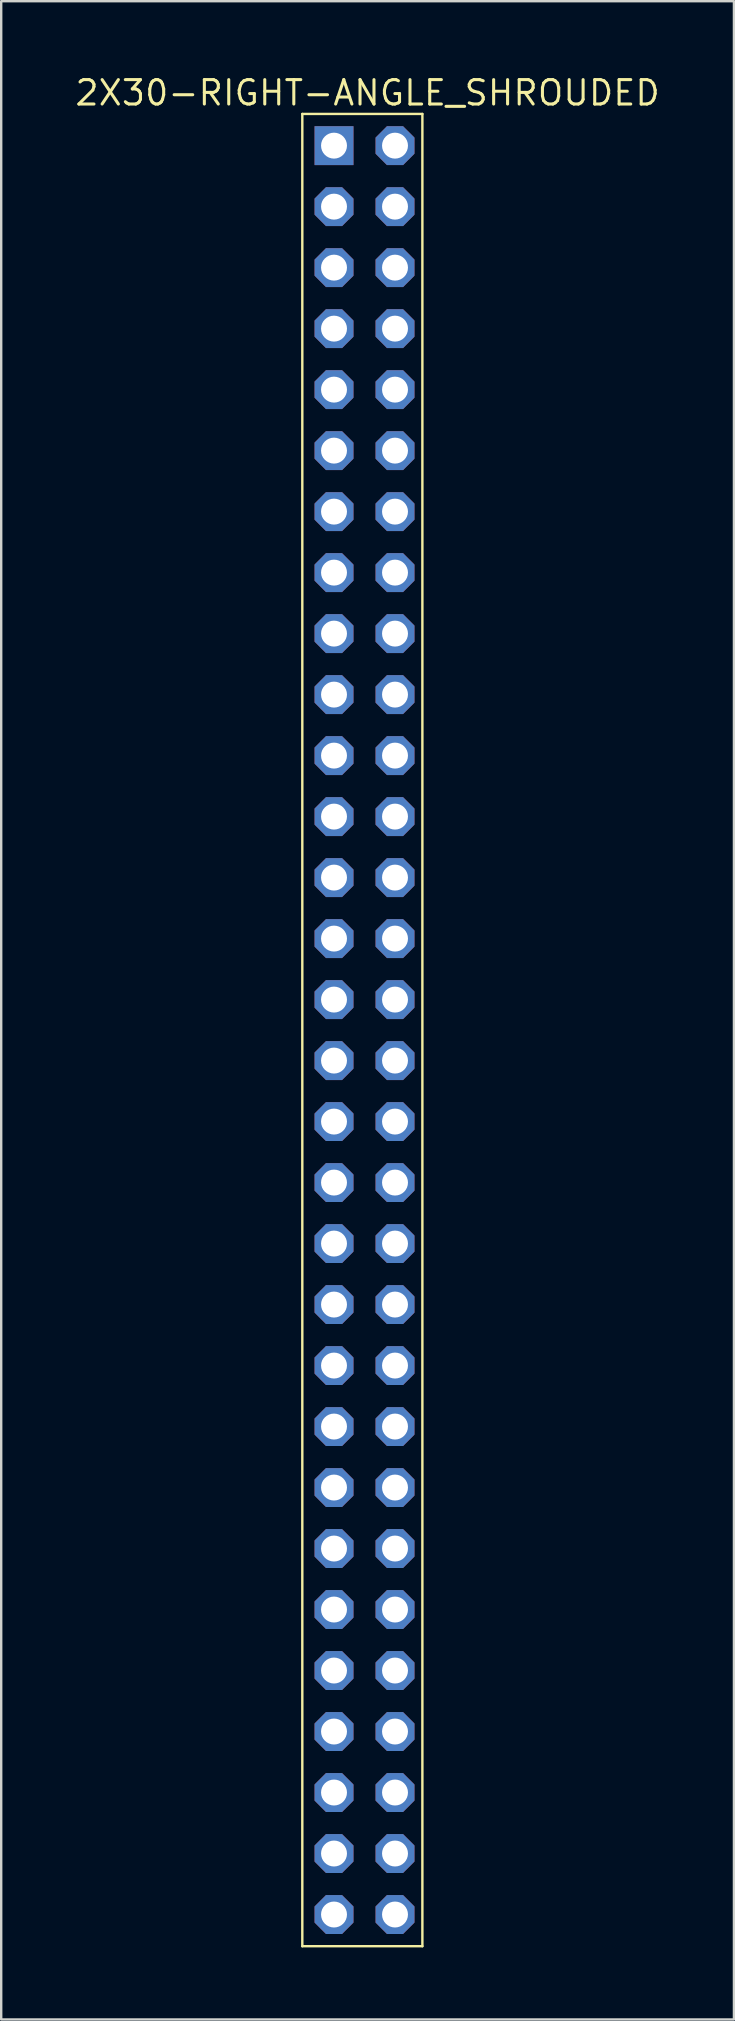
<source format=kicad_pcb>
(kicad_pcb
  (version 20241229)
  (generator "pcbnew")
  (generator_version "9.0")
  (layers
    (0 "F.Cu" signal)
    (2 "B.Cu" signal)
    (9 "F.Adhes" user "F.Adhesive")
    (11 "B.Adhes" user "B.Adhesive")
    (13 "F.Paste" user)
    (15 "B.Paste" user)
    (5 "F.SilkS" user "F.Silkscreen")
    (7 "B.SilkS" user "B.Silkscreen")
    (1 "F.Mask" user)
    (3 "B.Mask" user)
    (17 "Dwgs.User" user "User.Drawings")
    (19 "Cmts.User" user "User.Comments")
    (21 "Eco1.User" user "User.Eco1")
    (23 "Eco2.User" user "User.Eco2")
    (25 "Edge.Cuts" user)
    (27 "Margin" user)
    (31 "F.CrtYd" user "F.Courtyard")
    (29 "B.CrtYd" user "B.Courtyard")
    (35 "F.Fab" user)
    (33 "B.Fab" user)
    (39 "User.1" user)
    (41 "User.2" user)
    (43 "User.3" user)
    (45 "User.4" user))
  (footprint "2X30-RIGHT-ANGLE_SHROUDED"
    (layer "F.Cu")
    (at 10.859 3.015)
    (property "Reference" "2X30-RIGHT-ANGLE_SHROUDED" (at 1.398 -2.197 0) (layer "F.SilkS") (effects (font (size 1.016 1.016) (thickness 0.127))))
    (attr through_hole)
    (fp_line (start -1.32 -1.32) (end -1.32 74.98) (stroke (width 0.1) (type default)) (layer "F.SilkS"))
    (fp_line (start -1.32 -1.32) (end 3.68 -1.32) (stroke (width 0.1) (type default)) (layer "F.SilkS"))
    (fp_line (start -1.32 74.98) (end 3.68 74.98) (stroke (width 0.1) (type default)) (layer "F.SilkS"))
    (fp_line (start 3.68 -1.32) (end 3.68 74.98) (stroke (width 0.1) (type default)) (layer "F.SilkS"))
    (pad "1" thru_hole rect (at 0 0) (size 1.62 1.62) (drill 1.08) (layers "*.Cu" "*.Mask"))
    (pad "2" thru_hole roundrect (at 0 2.54) (size 1.62 1.62) (drill 1.08) (layers "*.Cu" "*.Mask") (roundrect_rratio 0.25) (chamfer_ratio 0.293) (chamfer top_left top_right bottom_left bottom_right))
    (pad "3" thru_hole roundrect (at 0 5.08) (size 1.62 1.62) (drill 1.08) (layers "*.Cu" "*.Mask") (roundrect_rratio 0.25) (chamfer_ratio 0.293) (chamfer top_left top_right bottom_left bottom_right))
    (pad "4" thru_hole roundrect (at 0 7.62) (size 1.62 1.62) (drill 1.08) (layers "*.Cu" "*.Mask") (roundrect_rratio 0.25) (chamfer_ratio 0.293) (chamfer top_left top_right bottom_left bottom_right))
    (pad "5" thru_hole roundrect (at 0 10.16) (size 1.62 1.62) (drill 1.08) (layers "*.Cu" "*.Mask") (roundrect_rratio 0.25) (chamfer_ratio 0.293) (chamfer top_left top_right bottom_left bottom_right))
    (pad "6" thru_hole roundrect (at 0 12.7) (size 1.62 1.62) (drill 1.08) (layers "*.Cu" "*.Mask") (roundrect_rratio 0.25) (chamfer_ratio 0.293) (chamfer top_left top_right bottom_left bottom_right))
    (pad "7" thru_hole roundrect (at 0 15.24) (size 1.62 1.62) (drill 1.08) (layers "*.Cu" "*.Mask") (roundrect_rratio 0.25) (chamfer_ratio 0.293) (chamfer top_left top_right bottom_left bottom_right))
    (pad "8" thru_hole roundrect (at 0 17.78) (size 1.62 1.62) (drill 1.08) (layers "*.Cu" "*.Mask") (roundrect_rratio 0.25) (chamfer_ratio 0.293) (chamfer top_left top_right bottom_left bottom_right))
    (pad "9" thru_hole roundrect (at 0 20.32) (size 1.62 1.62) (drill 1.08) (layers "*.Cu" "*.Mask") (roundrect_rratio 0.25) (chamfer_ratio 0.293) (chamfer top_left top_right bottom_left bottom_right))
    (pad "10" thru_hole roundrect (at 0 22.86) (size 1.62 1.62) (drill 1.08) (layers "*.Cu" "*.Mask") (roundrect_rratio 0.25) (chamfer_ratio 0.293) (chamfer top_left top_right bottom_left bottom_right))
    (pad "11" thru_hole roundrect (at 0 25.4) (size 1.62 1.62) (drill 1.08) (layers "*.Cu" "*.Mask") (roundrect_rratio 0.25) (chamfer_ratio 0.293) (chamfer top_left top_right bottom_left bottom_right))
    (pad "12" thru_hole roundrect (at 0 27.94) (size 1.62 1.62) (drill 1.08) (layers "*.Cu" "*.Mask") (roundrect_rratio 0.25) (chamfer_ratio 0.293) (chamfer top_left top_right bottom_left bottom_right))
    (pad "13" thru_hole roundrect (at 0 30.48) (size 1.62 1.62) (drill 1.08) (layers "*.Cu" "*.Mask") (roundrect_rratio 0.25) (chamfer_ratio 0.293) (chamfer top_left top_right bottom_left bottom_right))
    (pad "14" thru_hole roundrect (at 0 33.02) (size 1.62 1.62) (drill 1.08) (layers "*.Cu" "*.Mask") (roundrect_rratio 0.25) (chamfer_ratio 0.293) (chamfer top_left top_right bottom_left bottom_right))
    (pad "15" thru_hole roundrect (at 0 35.56) (size 1.62 1.62) (drill 1.08) (layers "*.Cu" "*.Mask") (roundrect_rratio 0.25) (chamfer_ratio 0.293) (chamfer top_left top_right bottom_left bottom_right))
    (pad "16" thru_hole roundrect (at 0 38.1) (size 1.62 1.62) (drill 1.08) (layers "*.Cu" "*.Mask") (roundrect_rratio 0.25) (chamfer_ratio 0.293) (chamfer top_left top_right bottom_left bottom_right))
    (pad "17" thru_hole roundrect (at 0 40.64) (size 1.62 1.62) (drill 1.08) (layers "*.Cu" "*.Mask") (roundrect_rratio 0.25) (chamfer_ratio 0.293) (chamfer top_left top_right bottom_left bottom_right))
    (pad "18" thru_hole roundrect (at 0 43.18) (size 1.62 1.62) (drill 1.08) (layers "*.Cu" "*.Mask") (roundrect_rratio 0.25) (chamfer_ratio 0.293) (chamfer top_left top_right bottom_left bottom_right))
    (pad "19" thru_hole roundrect (at 0 45.72) (size 1.62 1.62) (drill 1.08) (layers "*.Cu" "*.Mask") (roundrect_rratio 0.25) (chamfer_ratio 0.293) (chamfer top_left top_right bottom_left bottom_right))
    (pad "20" thru_hole roundrect (at 0 48.26) (size 1.62 1.62) (drill 1.08) (layers "*.Cu" "*.Mask") (roundrect_rratio 0.25) (chamfer_ratio 0.293) (chamfer top_left top_right bottom_left bottom_right))
    (pad "21" thru_hole roundrect (at 0 50.8) (size 1.62 1.62) (drill 1.08) (layers "*.Cu" "*.Mask") (roundrect_rratio 0.25) (chamfer_ratio 0.293) (chamfer top_left top_right bottom_left bottom_right))
    (pad "22" thru_hole roundrect (at 0 53.34) (size 1.62 1.62) (drill 1.08) (layers "*.Cu" "*.Mask") (roundrect_rratio 0.25) (chamfer_ratio 0.293) (chamfer top_left top_right bottom_left bottom_right))
    (pad "23" thru_hole roundrect (at 0 55.88) (size 1.62 1.62) (drill 1.08) (layers "*.Cu" "*.Mask") (roundrect_rratio 0.25) (chamfer_ratio 0.293) (chamfer top_left top_right bottom_left bottom_right))
    (pad "24" thru_hole roundrect (at 0 58.42) (size 1.62 1.62) (drill 1.08) (layers "*.Cu" "*.Mask") (roundrect_rratio 0.25) (chamfer_ratio 0.293) (chamfer top_left top_right bottom_left bottom_right))
    (pad "25" thru_hole roundrect (at 0 60.96) (size 1.62 1.62) (drill 1.08) (layers "*.Cu" "*.Mask") (roundrect_rratio 0.25) (chamfer_ratio 0.293) (chamfer top_left top_right bottom_left bottom_right))
    (pad "26" thru_hole roundrect (at 0 63.5) (size 1.62 1.62) (drill 1.08) (layers "*.Cu" "*.Mask") (roundrect_rratio 0.25) (chamfer_ratio 0.293) (chamfer top_left top_right bottom_left bottom_right))
    (pad "27" thru_hole roundrect (at 0 66.04) (size 1.62 1.62) (drill 1.08) (layers "*.Cu" "*.Mask") (roundrect_rratio 0.25) (chamfer_ratio 0.293) (chamfer top_left top_right bottom_left bottom_right))
    (pad "28" thru_hole roundrect (at 0 68.58) (size 1.62 1.62) (drill 1.08) (layers "*.Cu" "*.Mask") (roundrect_rratio 0.25) (chamfer_ratio 0.293) (chamfer top_left top_right bottom_left bottom_right))
    (pad "29" thru_hole roundrect (at 0 71.12) (size 1.62 1.62) (drill 1.08) (layers "*.Cu" "*.Mask") (roundrect_rratio 0.25) (chamfer_ratio 0.293) (chamfer top_left top_right bottom_left bottom_right))
    (pad "30" thru_hole roundrect (at 0 73.66) (size 1.62 1.62) (drill 1.08) (layers "*.Cu" "*.Mask") (roundrect_rratio 0.25) (chamfer_ratio 0.293) (chamfer top_left top_right bottom_left bottom_right))
    (pad "31" thru_hole roundrect (at 2.54 0) (size 1.62 1.62) (drill 1.08) (layers "*.Cu" "*.Mask") (roundrect_rratio 0.25) (chamfer_ratio 0.293) (chamfer top_left top_right bottom_left bottom_right))
    (pad "32" thru_hole roundrect (at 2.54 2.54) (size 1.62 1.62) (drill 1.08) (layers "*.Cu" "*.Mask") (roundrect_rratio 0.25) (chamfer_ratio 0.293) (chamfer top_left top_right bottom_left bottom_right))
    (pad "33" thru_hole roundrect (at 2.54 5.08) (size 1.62 1.62) (drill 1.08) (layers "*.Cu" "*.Mask") (roundrect_rratio 0.25) (chamfer_ratio 0.293) (chamfer top_left top_right bottom_left bottom_right))
    (pad "34" thru_hole roundrect (at 2.54 7.62) (size 1.62 1.62) (drill 1.08) (layers "*.Cu" "*.Mask") (roundrect_rratio 0.25) (chamfer_ratio 0.293) (chamfer top_left top_right bottom_left bottom_right))
    (pad "35" thru_hole roundrect (at 2.54 10.16) (size 1.62 1.62) (drill 1.08) (layers "*.Cu" "*.Mask") (roundrect_rratio 0.25) (chamfer_ratio 0.293) (chamfer top_left top_right bottom_left bottom_right))
    (pad "36" thru_hole roundrect (at 2.54 12.7) (size 1.62 1.62) (drill 1.08) (layers "*.Cu" "*.Mask") (roundrect_rratio 0.25) (chamfer_ratio 0.293) (chamfer top_left top_right bottom_left bottom_right))
    (pad "37" thru_hole roundrect (at 2.54 15.24) (size 1.62 1.62) (drill 1.08) (layers "*.Cu" "*.Mask") (roundrect_rratio 0.25) (chamfer_ratio 0.293) (chamfer top_left top_right bottom_left bottom_right))
    (pad "38" thru_hole roundrect (at 2.54 17.78) (size 1.62 1.62) (drill 1.08) (layers "*.Cu" "*.Mask") (roundrect_rratio 0.25) (chamfer_ratio 0.293) (chamfer top_left top_right bottom_left bottom_right))
    (pad "39" thru_hole roundrect (at 2.54 20.32) (size 1.62 1.62) (drill 1.08) (layers "*.Cu" "*.Mask") (roundrect_rratio 0.25) (chamfer_ratio 0.293) (chamfer top_left top_right bottom_left bottom_right))
    (pad "40" thru_hole roundrect (at 2.54 22.86) (size 1.62 1.62) (drill 1.08) (layers "*.Cu" "*.Mask") (roundrect_rratio 0.25) (chamfer_ratio 0.293) (chamfer top_left top_right bottom_left bottom_right))
    (pad "41" thru_hole roundrect (at 2.54 25.4) (size 1.62 1.62) (drill 1.08) (layers "*.Cu" "*.Mask") (roundrect_rratio 0.25) (chamfer_ratio 0.293) (chamfer top_left top_right bottom_left bottom_right))
    (pad "42" thru_hole roundrect (at 2.54 27.94) (size 1.62 1.62) (drill 1.08) (layers "*.Cu" "*.Mask") (roundrect_rratio 0.25) (chamfer_ratio 0.293) (chamfer top_left top_right bottom_left bottom_right))
    (pad "43" thru_hole roundrect (at 2.54 30.48) (size 1.62 1.62) (drill 1.08) (layers "*.Cu" "*.Mask") (roundrect_rratio 0.25) (chamfer_ratio 0.293) (chamfer top_left top_right bottom_left bottom_right))
    (pad "44" thru_hole roundrect (at 2.54 33.02) (size 1.62 1.62) (drill 1.08) (layers "*.Cu" "*.Mask") (roundrect_rratio 0.25) (chamfer_ratio 0.293) (chamfer top_left top_right bottom_left bottom_right))
    (pad "45" thru_hole roundrect (at 2.54 35.56) (size 1.62 1.62) (drill 1.08) (layers "*.Cu" "*.Mask") (roundrect_rratio 0.25) (chamfer_ratio 0.293) (chamfer top_left top_right bottom_left bottom_right))
    (pad "46" thru_hole roundrect (at 2.54 38.1) (size 1.62 1.62) (drill 1.08) (layers "*.Cu" "*.Mask") (roundrect_rratio 0.25) (chamfer_ratio 0.293) (chamfer top_left top_right bottom_left bottom_right))
    (pad "47" thru_hole roundrect (at 2.54 40.64) (size 1.62 1.62) (drill 1.08) (layers "*.Cu" "*.Mask") (roundrect_rratio 0.25) (chamfer_ratio 0.293) (chamfer top_left top_right bottom_left bottom_right))
    (pad "48" thru_hole roundrect (at 2.54 43.18) (size 1.62 1.62) (drill 1.08) (layers "*.Cu" "*.Mask") (roundrect_rratio 0.25) (chamfer_ratio 0.293) (chamfer top_left top_right bottom_left bottom_right))
    (pad "49" thru_hole roundrect (at 2.54 45.72) (size 1.62 1.62) (drill 1.08) (layers "*.Cu" "*.Mask") (roundrect_rratio 0.25) (chamfer_ratio 0.293) (chamfer top_left top_right bottom_left bottom_right))
    (pad "50" thru_hole roundrect (at 2.54 48.26) (size 1.62 1.62) (drill 1.08) (layers "*.Cu" "*.Mask") (roundrect_rratio 0.25) (chamfer_ratio 0.293) (chamfer top_left top_right bottom_left bottom_right))
    (pad "51" thru_hole roundrect (at 2.54 50.8) (size 1.62 1.62) (drill 1.08) (layers "*.Cu" "*.Mask") (roundrect_rratio 0.25) (chamfer_ratio 0.293) (chamfer top_left top_right bottom_left bottom_right))
    (pad "52" thru_hole roundrect (at 2.54 53.34) (size 1.62 1.62) (drill 1.08) (layers "*.Cu" "*.Mask") (roundrect_rratio 0.25) (chamfer_ratio 0.293) (chamfer top_left top_right bottom_left bottom_right))
    (pad "53" thru_hole roundrect (at 2.54 55.88) (size 1.62 1.62) (drill 1.08) (layers "*.Cu" "*.Mask") (roundrect_rratio 0.25) (chamfer_ratio 0.293) (chamfer top_left top_right bottom_left bottom_right))
    (pad "54" thru_hole roundrect (at 2.54 58.42) (size 1.62 1.62) (drill 1.08) (layers "*.Cu" "*.Mask") (roundrect_rratio 0.25) (chamfer_ratio 0.293) (chamfer top_left top_right bottom_left bottom_right))
    (pad "55" thru_hole roundrect (at 2.54 60.96) (size 1.62 1.62) (drill 1.08) (layers "*.Cu" "*.Mask") (roundrect_rratio 0.25) (chamfer_ratio 0.293) (chamfer top_left top_right bottom_left bottom_right))
    (pad "56" thru_hole roundrect (at 2.54 63.5) (size 1.62 1.62) (drill 1.08) (layers "*.Cu" "*.Mask") (roundrect_rratio 0.25) (chamfer_ratio 0.293) (chamfer top_left top_right bottom_left bottom_right))
    (pad "57" thru_hole roundrect (at 2.54 66.04) (size 1.62 1.62) (drill 1.08) (layers "*.Cu" "*.Mask") (roundrect_rratio 0.25) (chamfer_ratio 0.293) (chamfer top_left top_right bottom_left bottom_right))
    (pad "58" thru_hole roundrect (at 2.54 68.58) (size 1.62 1.62) (drill 1.08) (layers "*.Cu" "*.Mask") (roundrect_rratio 0.25) (chamfer_ratio 0.293) (chamfer top_left top_right bottom_left bottom_right))
    (pad "59" thru_hole roundrect (at 2.54 71.12) (size 1.62 1.62) (drill 1.08) (layers "*.Cu" "*.Mask") (roundrect_rratio 0.25) (chamfer_ratio 0.293) (chamfer top_left top_right bottom_left bottom_right))
    (pad "60" thru_hole roundrect (at 2.54 73.66) (size 1.62 1.62) (drill 1.08) (layers "*.Cu" "*.Mask") (roundrect_rratio 0.25) (chamfer_ratio 0.293) (chamfer top_left top_right bottom_left bottom_right)))
  (gr_rect
    (start -3 -3)
    (end 27.513 81.045)
    (stroke (width 0.1) (type default))
    (fill no)
    (layer "Edge.Cuts")))
</source>
